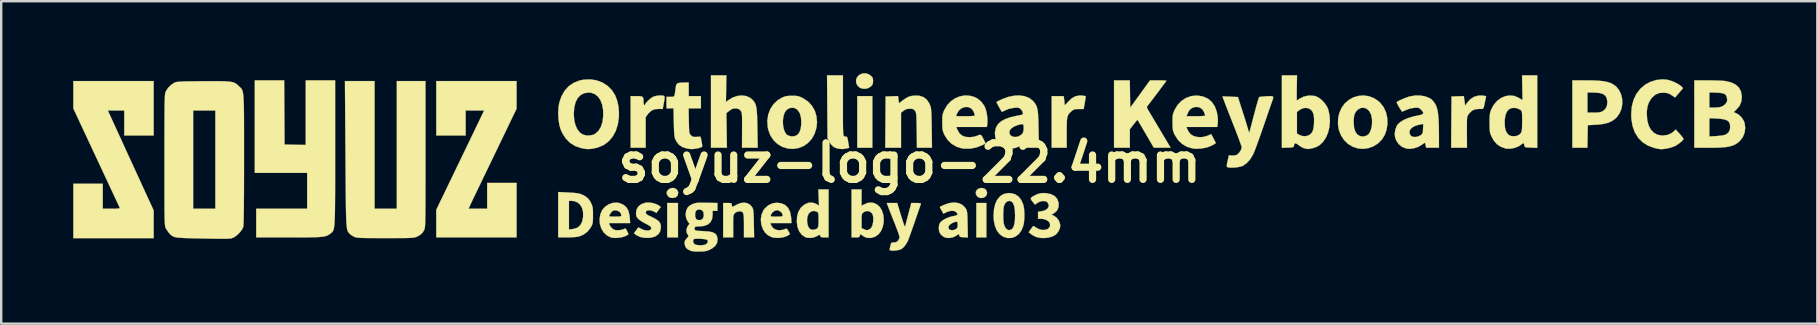
<source format=kicad_pcb>
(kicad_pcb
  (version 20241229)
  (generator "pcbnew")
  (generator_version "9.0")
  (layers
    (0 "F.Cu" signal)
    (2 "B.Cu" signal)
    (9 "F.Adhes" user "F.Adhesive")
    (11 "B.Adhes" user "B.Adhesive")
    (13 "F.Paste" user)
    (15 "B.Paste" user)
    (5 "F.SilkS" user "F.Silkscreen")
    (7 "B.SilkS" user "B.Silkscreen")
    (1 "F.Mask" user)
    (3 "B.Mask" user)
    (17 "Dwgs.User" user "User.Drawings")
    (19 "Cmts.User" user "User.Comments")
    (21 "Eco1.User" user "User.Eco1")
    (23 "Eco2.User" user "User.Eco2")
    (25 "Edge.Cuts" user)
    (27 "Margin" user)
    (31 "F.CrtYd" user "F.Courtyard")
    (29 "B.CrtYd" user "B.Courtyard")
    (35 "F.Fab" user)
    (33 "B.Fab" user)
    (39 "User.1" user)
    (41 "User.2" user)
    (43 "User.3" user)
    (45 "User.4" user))
  (footprint "soyuz-logo-22.4mm"
    (layer "F.Cu")
    (at 34.848 3.734)
    (property "Reference" "soyuz-logo-22.4mm" (at 0 0 0) (layer "F.SilkS") (effects (font (size 1.524 1.524) (thickness 0.3))))
    (attr through_hole)
    (fp_poly (pts (xy -9.652 3.108) (xy -10.1 3.108) (xy -10.1 1.673) (xy -9.652 1.673) (xy -9.652 3.108)) (stroke (width 0.01) (type solid)) (fill yes) (layer "F.SilkS"))
    (fp_poly (pts (xy -1.554 -0.628) (xy -2.181 -0.628) (xy -2.181 -2.779) (xy -1.554 -2.779) (xy -1.554 -0.628)) (stroke (width 0.01) (type solid)) (fill yes) (layer "F.SilkS"))
    (fp_poly (pts (xy 3.197 3.108) (xy 2.779 3.108) (xy 2.779 1.673) (xy 3.197 1.673) (xy 3.197 3.108)) (stroke (width 0.01) (type solid)) (fill yes) (layer "F.SilkS"))
    (fp_poly (pts (xy 3.112 1.07) (xy 3.191 1.135) (xy 3.226 1.234) (xy 3.227 1.255) (xy 3.202 1.352) (xy 3.136 1.423) (xy 3.045 1.463) (xy 2.944 1.465) (xy 2.849 1.425) (xy 2.814 1.395) (xy 2.76 1.303) (xy 2.758 1.21) (xy 2.801 1.127) (xy 2.882 1.069) (xy 2.996 1.046) (xy 2.998 1.046) (xy 3.112 1.07)) (stroke (width 0.01) (type solid)) (fill yes) (layer "F.SilkS"))
    (fp_poly (pts (xy -9.766 1.068) (xy -9.689 1.125) (xy -9.646 1.21) (xy -9.642 1.25) (xy -9.665 1.36) (xy -9.734 1.432) (xy -9.845 1.463) (xy -9.879 1.464) (xy -9.973 1.455) (xy -10.035 1.421) (xy -10.068 1.385) (xy -10.121 1.29) (xy -10.118 1.205) (xy -10.057 1.119) (xy -10.057 1.119) (xy -9.965 1.061) (xy -9.863 1.045) (xy -9.766 1.068)) (stroke (width 0.01) (type solid)) (fill yes) (layer "F.SilkS"))
    (fp_poly (pts (xy -1.697 -3.686) (xy -1.616 -3.628) (xy -1.557 -3.569) (xy -1.53 -3.506) (xy -1.524 -3.411) (xy -1.524 -3.41) (xy -1.531 -3.31) (xy -1.561 -3.241) (xy -1.612 -3.184) (xy -1.726 -3.112) (xy -1.861 -3.082) (xy -1.997 -3.096) (xy -2.079 -3.132) (xy -2.178 -3.224) (xy -2.228 -3.334) (xy -2.233 -3.45) (xy -2.194 -3.56) (xy -2.115 -3.652) (xy -1.997 -3.712) (xy -1.954 -3.723) (xy -1.818 -3.729) (xy -1.697 -3.686)) (stroke (width 0.01) (type solid)) (fill yes) (layer "F.SilkS"))
    (fp_poly (pts (xy -16.376 -2.258) (xy -16.828 -1.316) (xy -16.96 -1.043) (xy -17.109 -0.732) (xy -17.269 -0.402) (xy -17.43 -0.067) (xy -17.585 0.255) (xy -17.727 0.548) (xy -17.758 0.613) (xy -17.87 0.845) (xy -17.977 1.067) (xy -18.075 1.27) (xy -18.161 1.449) (xy -18.23 1.594) (xy -18.28 1.7) (xy -18.306 1.756) (xy -18.377 1.912) (xy -17.601 1.912) (xy -17.601 0.837) (xy -16.376 0.837) (xy -16.376 3.108) (xy -19.722 3.108) (xy -19.722 2.533) (xy -19.722 1.957) (xy -18.724 -0.112) (xy -17.727 -2.181) (xy -18.497 -2.181) (xy -18.497 -1.136) (xy -19.722 -1.136) (xy -19.722 -3.407) (xy -16.376 -3.407) (xy -16.376 -2.258)) (stroke (width 0.01) (type solid)) (fill yes) (layer "F.SilkS"))
    (fp_poly (pts (xy -2.779 -2.392) (xy -2.779 -2.085) (xy -2.779 -1.833) (xy -2.778 -1.63) (xy -2.776 -1.47) (xy -2.773 -1.348) (xy -2.769 -1.258) (xy -2.763 -1.195) (xy -2.755 -1.154) (xy -2.745 -1.129) (xy -2.733 -1.115) (xy -2.719 -1.105) (xy -2.66 -1.086) (xy -2.631 -1.09) (xy -2.608 -1.076) (xy -2.588 -1.02) (xy -2.586 -1.009) (xy -2.569 -0.918) (xy -2.55 -0.806) (xy -2.543 -0.77) (xy -2.518 -0.628) (xy -2.626 -0.598) (xy -2.807 -0.572) (xy -3.002 -0.595) (xy -3.014 -0.598) (xy -3.154 -0.654) (xy -3.266 -0.755) (xy -3.347 -0.883) (xy -3.422 -1.031) (xy -3.441 -3.646) (xy -2.779 -3.646) (xy -2.779 -2.392)) (stroke (width 0.01) (type solid)) (fill yes) (layer "F.SilkS"))
    (fp_poly (pts (xy 23.897 -2.8) (xy 23.915 -2.797) (xy 24.018 -2.778) (xy 23.977 -2.577) (xy 23.948 -2.433) (xy 23.926 -2.337) (xy 23.905 -2.28) (xy 23.876 -2.252) (xy 23.833 -2.244) (xy 23.769 -2.245) (xy 23.732 -2.247) (xy 23.564 -2.232) (xy 23.431 -2.174) (xy 23.318 -2.066) (xy 23.291 -2.028) (xy 23.266 -1.991) (xy 23.247 -1.955) (xy 23.233 -1.912) (xy 23.224 -1.853) (xy 23.219 -1.769) (xy 23.217 -1.652) (xy 23.217 -1.493) (xy 23.217 -1.284) (xy 23.217 -1.273) (xy 23.22 -0.628) (xy 22.56 -0.628) (xy 22.568 -1.696) (xy 22.576 -2.764) (xy 23.089 -2.781) (xy 23.144 -2.379) (xy 23.222 -2.497) (xy 23.354 -2.647) (xy 23.517 -2.751) (xy 23.701 -2.803) (xy 23.897 -2.8)) (stroke (width 0.01) (type solid)) (fill yes) (layer "F.SilkS"))
    (fp_poly (pts (xy -10.263 -2.798) (xy -10.228 -2.785) (xy -10.212 -2.76) (xy -10.209 -2.706) (xy -10.22 -2.612) (xy -10.239 -2.502) (xy -10.287 -2.242) (xy -10.455 -2.247) (xy -10.625 -2.232) (xy -10.761 -2.174) (xy -10.877 -2.066) (xy -10.908 -2.026) (xy -10.997 -1.904) (xy -10.997 -0.628) (xy -11.624 -0.628) (xy -11.624 -2.779) (xy -11.374 -2.779) (xy -11.242 -2.777) (xy -11.158 -2.764) (xy -11.112 -2.731) (xy -11.092 -2.668) (xy -11.087 -2.565) (xy -11.087 -2.534) (xy -11.079 -2.457) (xy -11.061 -2.409) (xy -11.056 -2.406) (xy -11.029 -2.408) (xy -11.027 -2.419) (xy -11.004 -2.468) (xy -10.947 -2.539) (xy -10.868 -2.618) (xy -10.782 -2.69) (xy -10.701 -2.744) (xy -10.683 -2.753) (xy -10.586 -2.784) (xy -10.47 -2.803) (xy -10.355 -2.808) (xy -10.263 -2.798)) (stroke (width 0.01) (type solid)) (fill yes) (layer "F.SilkS"))
    (fp_poly (pts (xy 7.172 -2.802) (xy 7.26 -2.792) (xy 7.319 -2.781) (xy 7.333 -2.776) (xy 7.333 -2.743) (xy 7.323 -2.666) (xy 7.307 -2.558) (xy 7.297 -2.503) (xy 7.251 -2.241) (xy 7.048 -2.241) (xy 6.935 -2.239) (xy 6.86 -2.226) (xy 6.801 -2.197) (xy 6.738 -2.147) (xy 6.677 -2.091) (xy 6.631 -2.039) (xy 6.596 -1.981) (xy 6.573 -1.909) (xy 6.557 -1.814) (xy 6.549 -1.688) (xy 6.545 -1.52) (xy 6.544 -1.304) (xy 6.544 -1.257) (xy 6.544 -0.628) (xy 5.917 -0.628) (xy 5.917 -2.779) (xy 6.417 -2.779) (xy 6.435 -2.667) (xy 6.448 -2.565) (xy 6.454 -2.471) (xy 6.454 -2.467) (xy 6.456 -2.424) (xy 6.467 -2.409) (xy 6.494 -2.428) (xy 6.547 -2.483) (xy 6.604 -2.547) (xy 6.752 -2.686) (xy 6.902 -2.771) (xy 7.063 -2.805) (xy 7.172 -2.802)) (stroke (width 0.01) (type solid)) (fill yes) (layer "F.SilkS"))
    (fp_poly (pts (xy -31.496 -1.136) (xy -32.721 -1.136) (xy -32.721 -2.181) (xy -33.405 -2.181) (xy -33.238 -1.815) (xy -33.196 -1.722) (xy -33.131 -1.581) (xy -33.047 -1.397) (xy -32.946 -1.177) (xy -32.831 -0.926) (xy -32.705 -0.651) (xy -32.571 -0.357) (xy -32.43 -0.051) (xy -32.286 0.262) (xy -32.284 0.267) (xy -31.496 1.983) (xy -31.496 3.138) (xy -34.843 3.138) (xy -34.843 0.867) (xy -33.618 0.867) (xy -33.618 1.912) (xy -33.256 1.912) (xy -33.097 1.911) (xy -32.991 1.906) (xy -32.931 1.897) (xy -32.909 1.883) (xy -32.909 1.875) (xy -32.924 1.843) (xy -32.962 1.76) (xy -33.022 1.632) (xy -33.1 1.463) (xy -33.197 1.257) (xy -33.308 1.018) (xy -33.433 0.75) (xy -33.57 0.458) (xy -33.715 0.146) (xy -33.869 -0.182) (xy -33.884 -0.214) (xy -34.843 -2.265) (xy -34.843 -3.407) (xy -31.496 -3.407) (xy -31.496 -1.136)) (stroke (width 0.01) (type solid)) (fill yes) (layer "F.SilkS"))
    (fp_poly (pts (xy -6.76 1.682) (xy -6.637 1.755) (xy -6.55 1.865) (xy -6.532 1.908) (xy -6.518 1.968) (xy -6.507 2.053) (xy -6.499 2.171) (xy -6.494 2.333) (xy -6.49 2.533) (xy -6.48 3.108) (xy -6.903 3.108) (xy -6.903 2.62) (xy -6.904 2.416) (xy -6.909 2.264) (xy -6.921 2.157) (xy -6.942 2.086) (xy -6.974 2.045) (xy -7.02 2.026) (xy -7.081 2.02) (xy -7.093 2.02) (xy -7.213 2.047) (xy -7.276 2.091) (xy -7.304 2.119) (xy -7.324 2.15) (xy -7.338 2.192) (xy -7.346 2.255) (xy -7.35 2.351) (xy -7.351 2.488) (xy -7.351 2.635) (xy -7.351 3.108) (xy -7.769 3.108) (xy -7.769 1.673) (xy -7.59 1.673) (xy -7.491 1.675) (xy -7.437 1.684) (xy -7.415 1.705) (xy -7.411 1.743) (xy -7.405 1.803) (xy -7.381 1.827) (xy -7.33 1.813) (xy -7.242 1.764) (xy -7.224 1.753) (xy -7.063 1.68) (xy -6.906 1.657) (xy -6.76 1.682)) (stroke (width 0.01) (type solid)) (fill yes) (layer "F.SilkS"))
    (fp_poly (pts (xy -26.05 -2.099) (xy -26.042 -0.762) (xy -25.602 -0.754) (xy -25.161 -0.745) (xy -25.161 -3.436) (xy -23.936 -3.436) (xy -23.936 -0.439) (xy -23.936 0.07) (xy -23.936 0.523) (xy -23.936 0.923) (xy -23.937 1.274) (xy -23.939 1.579) (xy -23.941 1.841) (xy -23.944 2.064) (xy -23.949 2.252) (xy -23.955 2.407) (xy -23.963 2.534) (xy -23.973 2.635) (xy -23.985 2.715) (xy -23.999 2.777) (xy -24.016 2.823) (xy -24.035 2.859) (xy -24.057 2.886) (xy -24.082 2.909) (xy -24.11 2.931) (xy -24.13 2.945) (xy -24.179 2.982) (xy -24.229 3.012) (xy -24.284 3.037) (xy -24.349 3.058) (xy -24.43 3.074) (xy -24.534 3.086) (xy -24.665 3.095) (xy -24.828 3.101) (xy -25.03 3.105) (xy -25.276 3.107) (xy -25.571 3.108) (xy -25.868 3.108) (xy -27.223 3.108) (xy -27.223 1.912) (xy -25.101 1.912) (xy -25.101 0.418) (xy -27.283 0.418) (xy -27.283 -3.436) (xy -26.058 -3.436) (xy -26.05 -2.099)) (stroke (width 0.01) (type solid)) (fill yes) (layer "F.SilkS"))
    (fp_poly (pts (xy -7.644 -3.09) (xy -7.654 -2.534) (xy -7.549 -2.614) (xy -7.37 -2.722) (xy -7.181 -2.786) (xy -6.991 -2.807) (xy -6.812 -2.783) (xy -6.655 -2.716) (xy -6.561 -2.641) (xy -6.505 -2.579) (xy -6.461 -2.518) (xy -6.426 -2.448) (xy -6.399 -2.363) (xy -6.379 -2.256) (xy -6.365 -2.119) (xy -6.355 -1.944) (xy -6.348 -1.725) (xy -6.343 -1.453) (xy -6.342 -1.442) (xy -6.329 -0.628) (xy -6.984 -0.628) (xy -6.981 -1.357) (xy -6.98 -1.586) (xy -6.98 -1.762) (xy -6.982 -1.894) (xy -6.986 -1.99) (xy -6.993 -2.057) (xy -7.004 -2.104) (xy -7.018 -2.138) (xy -7.037 -2.167) (xy -7.04 -2.172) (xy -7.097 -2.23) (xy -7.172 -2.257) (xy -7.238 -2.265) (xy -7.328 -2.264) (xy -7.402 -2.242) (xy -7.485 -2.187) (xy -7.504 -2.174) (xy -7.635 -2.073) (xy -7.623 -1.35) (xy -7.612 -0.628) (xy -8.277 -0.628) (xy -8.277 -3.646) (xy -7.956 -3.646) (xy -7.635 -3.646) (xy -7.644 -3.09)) (stroke (width 0.01) (type solid)) (fill yes) (layer "F.SilkS"))
    (fp_poly (pts (xy 0.405 -2.795) (xy 0.577 -2.739) (xy 0.714 -2.634) (xy 0.818 -2.481) (xy 0.841 -2.428) (xy 0.861 -2.373) (xy 0.877 -2.319) (xy 0.89 -2.257) (xy 0.899 -2.178) (xy 0.906 -2.076) (xy 0.911 -1.941) (xy 0.915 -1.766) (xy 0.919 -1.543) (xy 0.92 -1.442) (xy 0.931 -0.628) (xy 0.304 -0.628) (xy 0.294 -1.358) (xy 0.291 -1.586) (xy 0.287 -1.763) (xy 0.282 -1.895) (xy 0.276 -1.992) (xy 0.268 -2.059) (xy 0.256 -2.107) (xy 0.241 -2.141) (xy 0.221 -2.17) (xy 0.22 -2.172) (xy 0.173 -2.224) (xy 0.117 -2.248) (xy 0.031 -2.255) (xy 0.007 -2.255) (xy -0.11 -2.244) (xy -0.204 -2.204) (xy -0.25 -2.171) (xy -0.359 -2.089) (xy -0.359 -0.628) (xy -1.017 -0.628) (xy -1.001 -2.764) (xy -0.743 -2.773) (xy -0.484 -2.781) (xy -0.464 -2.633) (xy -0.443 -2.484) (xy -0.307 -2.588) (xy -0.17 -2.685) (xy -0.054 -2.748) (xy 0.063 -2.784) (xy 0.199 -2.802) (xy 0.405 -2.795)) (stroke (width 0.01) (type solid)) (fill yes) (layer "F.SilkS"))
    (fp_poly (pts (xy 28.187 -3.436) (xy 28.468 -3.433) (xy 28.699 -3.422) (xy 28.888 -3.403) (xy 29.043 -3.375) (xy 29.173 -3.336) (xy 29.278 -3.29) (xy 29.436 -3.178) (xy 29.557 -3.029) (xy 29.641 -2.851) (xy 29.685 -2.657) (xy 29.691 -2.454) (xy 29.656 -2.254) (xy 29.58 -2.067) (xy 29.463 -1.902) (xy 29.397 -1.839) (xy 29.262 -1.741) (xy 29.108 -1.671) (xy 28.924 -1.623) (xy 28.698 -1.594) (xy 28.597 -1.587) (xy 28.254 -1.569) (xy 28.246 -1.098) (xy 28.237 -0.628) (xy 27.611 -0.628) (xy 27.611 -2.092) (xy 28.239 -2.092) (xy 28.501 -2.092) (xy 28.655 -2.096) (xy 28.765 -2.11) (xy 28.848 -2.137) (xy 28.867 -2.147) (xy 28.981 -2.238) (xy 29.049 -2.366) (xy 29.069 -2.528) (xy 29.067 -2.563) (xy 29.042 -2.696) (xy 28.986 -2.795) (xy 28.893 -2.865) (xy 28.757 -2.907) (xy 28.572 -2.926) (xy 28.47 -2.928) (xy 28.239 -2.928) (xy 28.239 -2.092) (xy 27.611 -2.092) (xy 27.611 -3.436) (xy 28.187 -3.436)) (stroke (width 0.01) (type solid)) (fill yes) (layer "F.SilkS"))
    (fp_poly (pts (xy 9.181 -2.867) (xy 9.189 -2.297) (xy 9.602 -2.867) (xy 10.015 -3.436) (xy 10.356 -3.436) (xy 10.491 -3.435) (xy 10.601 -3.432) (xy 10.674 -3.427) (xy 10.698 -3.422) (xy 10.681 -3.396) (xy 10.634 -3.331) (xy 10.563 -3.235) (xy 10.474 -3.115) (xy 10.373 -2.981) (xy 10.267 -2.839) (xy 10.161 -2.699) (xy 10.062 -2.569) (xy 9.975 -2.456) (xy 9.908 -2.368) (xy 9.889 -2.345) (xy 9.89 -2.303) (xy 9.919 -2.231) (xy 9.948 -2.181) (xy 9.985 -2.119) (xy 10.048 -2.015) (xy 10.131 -1.876) (xy 10.23 -1.71) (xy 10.34 -1.526) (xy 10.452 -1.337) (xy 10.874 -0.628) (xy 10.174 -0.628) (xy 9.836 -1.21) (xy 9.738 -1.378) (xy 9.651 -1.526) (xy 9.579 -1.649) (xy 9.525 -1.738) (xy 9.494 -1.786) (xy 9.489 -1.793) (xy 9.468 -1.771) (xy 9.42 -1.713) (xy 9.353 -1.629) (xy 9.327 -1.595) (xy 9.174 -1.397) (xy 9.174 -0.628) (xy 8.516 -0.628) (xy 8.516 -3.436) (xy 9.173 -3.436) (xy 9.181 -2.867)) (stroke (width 0.01) (type solid)) (fill yes) (layer "F.SilkS"))
    (fp_poly (pts (xy -14.246 1.235) (xy -14.046 1.246) (xy -13.892 1.261) (xy -13.773 1.281) (xy -13.676 1.31) (xy -13.587 1.351) (xy -13.502 1.401) (xy -13.4 1.481) (xy -13.321 1.585) (xy -13.279 1.663) (xy -13.241 1.744) (xy -13.217 1.815) (xy -13.202 1.893) (xy -13.195 1.992) (xy -13.193 2.131) (xy -13.193 2.181) (xy -13.194 2.332) (xy -13.198 2.438) (xy -13.209 2.516) (xy -13.229 2.58) (xy -13.262 2.647) (xy -13.285 2.689) (xy -13.413 2.858) (xy -13.58 2.987) (xy -13.774 3.068) (xy -13.807 3.075) (xy -13.9 3.089) (xy -14.033 3.099) (xy -14.187 3.106) (xy -14.3 3.108) (xy -14.642 3.108) (xy -14.642 1.584) (xy -14.194 1.584) (xy -14.194 2.778) (xy -14.052 2.76) (xy -13.943 2.736) (xy -13.842 2.699) (xy -13.816 2.685) (xy -13.715 2.59) (xy -13.644 2.447) (xy -13.605 2.259) (xy -13.605 2.258) (xy -13.605 2.052) (xy -13.648 1.878) (xy -13.731 1.739) (xy -13.85 1.642) (xy -14.001 1.591) (xy -14.091 1.584) (xy -14.194 1.584) (xy -14.642 1.584) (xy -14.642 1.216) (xy -14.246 1.235)) (stroke (width 0.01) (type solid)) (fill yes) (layer "F.SilkS"))
    (fp_poly (pts (xy 4.216 1.262) (xy 4.388 1.307) (xy 4.534 1.403) (xy 4.65 1.547) (xy 4.731 1.735) (xy 4.742 1.772) (xy 4.77 1.937) (xy 4.782 2.135) (xy 4.777 2.341) (xy 4.756 2.529) (xy 4.734 2.628) (xy 4.657 2.819) (xy 4.545 2.968) (xy 4.408 3.073) (xy 4.251 3.129) (xy 4.082 3.133) (xy 3.908 3.082) (xy 3.884 3.07) (xy 3.743 2.966) (xy 3.631 2.815) (xy 3.552 2.621) (xy 3.506 2.391) (xy 3.497 2.218) (xy 3.901 2.218) (xy 3.905 2.368) (xy 3.915 2.493) (xy 3.923 2.544) (xy 3.968 2.671) (xy 4.035 2.758) (xy 4.116 2.802) (xy 4.202 2.797) (xy 4.271 2.751) (xy 4.329 2.665) (xy 4.367 2.539) (xy 4.388 2.365) (xy 4.392 2.196) (xy 4.383 1.969) (xy 4.355 1.797) (xy 4.308 1.676) (xy 4.239 1.606) (xy 4.15 1.584) (xy 4.055 1.612) (xy 3.977 1.688) (xy 3.927 1.803) (xy 3.923 1.821) (xy 3.91 1.923) (xy 3.903 2.062) (xy 3.901 2.218) (xy 3.497 2.218) (xy 3.496 2.206) (xy 3.514 1.938) (xy 3.567 1.71) (xy 3.654 1.527) (xy 3.772 1.389) (xy 3.919 1.299) (xy 4.095 1.26) (xy 4.216 1.262)) (stroke (width 0.01) (type solid)) (fill yes) (layer "F.SilkS"))
    (fp_poly (pts (xy -2.002 1.791) (xy -1.905 1.735) (xy -1.742 1.668) (xy -1.58 1.657) (xy -1.49 1.675) (xy -1.348 1.741) (xy -1.236 1.85) (xy -1.153 1.992) (xy -1.1 2.156) (xy -1.078 2.334) (xy -1.086 2.514) (xy -1.125 2.688) (xy -1.195 2.846) (xy -1.297 2.978) (xy -1.43 3.073) (xy -1.446 3.08) (xy -1.611 3.13) (xy -1.767 3.126) (xy -1.868 3.091) (xy -1.946 3.044) (xy -2.006 3) (xy -2.043 2.974) (xy -2.063 2.996) (xy -2.074 3.032) (xy -2.09 3.076) (xy -2.122 3.098) (xy -2.185 3.107) (xy -2.257 3.108) (xy -2.42 3.108) (xy -2.42 2.424) (xy -2.002 2.424) (xy -2.002 2.722) (xy -1.905 2.764) (xy -1.829 2.796) (xy -1.78 2.805) (xy -1.731 2.795) (xy -1.692 2.78) (xy -1.607 2.717) (xy -1.548 2.604) (xy -1.518 2.448) (xy -1.515 2.369) (xy -1.519 2.245) (xy -1.539 2.16) (xy -1.574 2.099) (xy -1.66 2.028) (xy -1.766 2.006) (xy -1.876 2.033) (xy -1.922 2.063) (xy -1.958 2.094) (xy -1.982 2.129) (xy -1.995 2.18) (xy -2.001 2.26) (xy -2.002 2.383) (xy -2.002 2.424) (xy -2.42 2.424) (xy -2.42 1.106) (xy -2.002 1.106) (xy -2.002 1.791)) (stroke (width 0.01) (type solid)) (fill yes) (layer "F.SilkS"))
    (fp_poly (pts (xy -9.204 -2.779) (xy -8.696 -2.779) (xy -8.696 -2.271) (xy -9.209 -2.271) (xy -9.199 -1.75) (xy -9.195 -1.562) (xy -9.191 -1.424) (xy -9.184 -1.327) (xy -9.175 -1.26) (xy -9.161 -1.215) (xy -9.142 -1.182) (xy -9.115 -1.152) (xy -9.114 -1.15) (xy -9.063 -1.104) (xy -9.008 -1.082) (xy -8.928 -1.078) (xy -8.876 -1.081) (xy -8.712 -1.091) (xy -8.671 -0.903) (xy -8.652 -0.799) (xy -8.643 -0.716) (xy -8.646 -0.675) (xy -8.682 -0.649) (xy -8.76 -0.622) (xy -8.853 -0.601) (xy -8.979 -0.581) (xy -9.072 -0.573) (xy -9.155 -0.577) (xy -9.255 -0.593) (xy -9.284 -0.599) (xy -9.463 -0.655) (xy -9.603 -0.748) (xy -9.713 -0.886) (xy -9.765 -0.986) (xy -9.783 -1.039) (xy -9.797 -1.116) (xy -9.808 -1.224) (xy -9.816 -1.371) (xy -9.822 -1.566) (xy -9.825 -1.681) (xy -9.837 -2.271) (xy -10.13 -2.271) (xy -10.13 -2.749) (xy -9.967 -2.749) (xy -9.897 -2.749) (xy -9.848 -2.754) (xy -9.816 -2.774) (xy -9.795 -2.818) (xy -9.779 -2.897) (xy -9.762 -3.019) (xy -9.749 -3.121) (xy -9.734 -3.216) (xy -9.708 -3.279) (xy -9.662 -3.316) (xy -9.583 -3.335) (xy -9.46 -3.342) (xy -9.391 -3.344) (xy -9.204 -3.347) (xy -9.204 -2.779)) (stroke (width 0.01) (type solid)) (fill yes) (layer "F.SilkS"))
    (fp_poly (pts (xy 19.136 -2.775) (xy 19.345 -2.695) (xy 19.539 -2.563) (xy 19.6 -2.507) (xy 19.746 -2.321) (xy 19.847 -2.103) (xy 19.901 -1.864) (xy 19.908 -1.613) (xy 19.865 -1.36) (xy 19.796 -1.168) (xy 19.677 -0.972) (xy 19.515 -0.811) (xy 19.321 -0.688) (xy 19.105 -0.61) (xy 18.877 -0.581) (xy 18.68 -0.599) (xy 18.454 -0.673) (xy 18.258 -0.794) (xy 18.095 -0.955) (xy 17.969 -1.148) (xy 17.885 -1.367) (xy 17.845 -1.605) (xy 17.847 -1.688) (xy 18.499 -1.688) (xy 18.516 -1.471) (xy 18.565 -1.303) (xy 18.647 -1.184) (xy 18.759 -1.116) (xy 18.779 -1.11) (xy 18.898 -1.096) (xy 19.016 -1.125) (xy 19.06 -1.145) (xy 19.137 -1.212) (xy 19.199 -1.325) (xy 19.242 -1.469) (xy 19.265 -1.632) (xy 19.265 -1.799) (xy 19.24 -1.958) (xy 19.222 -2.016) (xy 19.149 -2.155) (xy 19.05 -2.248) (xy 18.934 -2.294) (xy 18.811 -2.289) (xy 18.689 -2.23) (xy 18.663 -2.209) (xy 18.584 -2.12) (xy 18.533 -2.013) (xy 18.506 -1.872) (xy 18.499 -1.688) (xy 17.847 -1.688) (xy 17.853 -1.856) (xy 17.9 -2.072) (xy 17.997 -2.294) (xy 18.133 -2.479) (xy 18.301 -2.624) (xy 18.494 -2.729) (xy 18.702 -2.79) (xy 18.919 -2.806) (xy 19.136 -2.775)) (stroke (width 0.01) (type solid)) (fill yes) (layer "F.SilkS"))
    (fp_poly (pts (xy -3.377 3.108) (xy -3.541 3.108) (xy -3.631 3.104) (xy -3.691 3.095) (xy -3.706 3.085) (xy -3.721 3.043) (xy -3.733 3.021) (xy -3.759 3) (xy -3.801 3.013) (xy -3.856 3.049) (xy -3.973 3.103) (xy -4.116 3.129) (xy -4.258 3.123) (xy -4.348 3.097) (xy -4.493 2.998) (xy -4.602 2.854) (xy -4.673 2.672) (xy -4.701 2.458) (xy -4.701 2.453) (xy -4.695 2.355) (xy -4.273 2.355) (xy -4.268 2.49) (xy -4.24 2.615) (xy -4.191 2.715) (xy -4.123 2.774) (xy -4.118 2.776) (xy -4.004 2.791) (xy -3.894 2.76) (xy -3.848 2.728) (xy -3.823 2.696) (xy -3.807 2.645) (xy -3.799 2.564) (xy -3.795 2.44) (xy -3.795 2.376) (xy -3.796 2.238) (xy -3.8 2.147) (xy -3.81 2.092) (xy -3.828 2.06) (xy -3.857 2.039) (xy -3.865 2.035) (xy -3.982 2.002) (xy -4.095 2.024) (xy -4.189 2.097) (xy -4.205 2.119) (xy -4.252 2.226) (xy -4.273 2.355) (xy -4.695 2.355) (xy -4.688 2.227) (xy -4.636 2.041) (xy -4.543 1.885) (xy -4.499 1.836) (xy -4.359 1.724) (xy -4.206 1.664) (xy -4.051 1.657) (xy -3.903 1.704) (xy -3.853 1.735) (xy -3.776 1.789) (xy -3.79 1.447) (xy -3.803 1.106) (xy -3.377 1.106) (xy -3.377 3.108)) (stroke (width 0.01) (type solid)) (fill yes) (layer "F.SilkS"))
    (fp_poly (pts (xy -4.764 -2.792) (xy -4.667 -2.781) (xy -4.582 -2.757) (xy -4.486 -2.715) (xy -4.436 -2.689) (xy -4.232 -2.553) (xy -4.07 -2.378) (xy -3.951 -2.17) (xy -3.88 -1.937) (xy -3.859 -1.686) (xy -3.883 -1.459) (xy -3.958 -1.214) (xy -4.077 -1.002) (xy -4.233 -0.829) (xy -4.421 -0.698) (xy -4.634 -0.614) (xy -4.866 -0.58) (xy -5.082 -0.597) (xy -5.308 -0.666) (xy -5.507 -0.785) (xy -5.675 -0.948) (xy -5.805 -1.148) (xy -5.891 -1.381) (xy -5.914 -1.494) (xy -5.929 -1.757) (xy -5.928 -1.767) (xy -5.28 -1.767) (xy -5.277 -1.599) (xy -5.252 -1.439) (xy -5.206 -1.299) (xy -5.139 -1.193) (xy -5.075 -1.144) (xy -4.935 -1.101) (xy -4.797 -1.109) (xy -4.678 -1.165) (xy -4.669 -1.172) (xy -4.593 -1.27) (xy -4.541 -1.417) (xy -4.516 -1.603) (xy -4.514 -1.688) (xy -4.529 -1.899) (xy -4.575 -2.063) (xy -4.656 -2.189) (xy -4.71 -2.239) (xy -4.82 -2.291) (xy -4.945 -2.294) (xy -5.064 -2.251) (xy -5.144 -2.187) (xy -5.214 -2.074) (xy -5.259 -1.93) (xy -5.28 -1.767) (xy -5.928 -1.767) (xy -5.892 -2.007) (xy -5.807 -2.236) (xy -5.677 -2.437) (xy -5.505 -2.603) (xy -5.319 -2.716) (xy -5.221 -2.757) (xy -5.129 -2.781) (xy -5.018 -2.792) (xy -4.898 -2.794) (xy -4.764 -2.792)) (stroke (width 0.01) (type solid)) (fill yes) (layer "F.SilkS"))
    (fp_poly (pts (xy -5.334 1.688) (xy -5.179 1.762) (xy -5.061 1.882) (xy -4.98 2.047) (xy -4.94 2.255) (xy -4.937 2.286) (xy -4.923 2.51) (xy -5.801 2.51) (xy -5.782 2.577) (xy -5.748 2.642) (xy -5.688 2.714) (xy -5.675 2.727) (xy -5.566 2.79) (xy -5.429 2.811) (xy -5.279 2.789) (xy -5.217 2.767) (xy -5.154 2.744) (xy -5.115 2.749) (xy -5.081 2.791) (xy -5.054 2.839) (xy -5.015 2.912) (xy -4.993 2.961) (xy -4.99 2.969) (xy -5.015 2.992) (xy -5.076 3.03) (xy -5.117 3.052) (xy -5.251 3.099) (xy -5.411 3.125) (xy -5.574 3.128) (xy -5.714 3.107) (xy -5.741 3.098) (xy -5.906 3.015) (xy -6.03 2.898) (xy -6.114 2.76) (xy -6.182 2.563) (xy -6.2 2.36) (xy -6.177 2.206) (xy -5.789 2.206) (xy -5.779 2.226) (xy -5.742 2.237) (xy -5.667 2.241) (xy -5.545 2.241) (xy -5.421 2.24) (xy -5.345 2.235) (xy -5.306 2.223) (xy -5.291 2.202) (xy -5.289 2.18) (xy -5.315 2.102) (xy -5.381 2.031) (xy -5.467 1.983) (xy -5.525 1.972) (xy -5.623 1.998) (xy -5.714 2.065) (xy -5.775 2.154) (xy -5.782 2.174) (xy -5.789 2.206) (xy -6.177 2.206) (xy -6.171 2.162) (xy -6.095 1.984) (xy -6.028 1.893) (xy -5.877 1.761) (xy -5.702 1.684) (xy -5.524 1.663) (xy -5.334 1.688)) (stroke (width 0.01) (type solid)) (fill yes) (layer "F.SilkS"))
    (fp_poly (pts (xy -10.678 1.682) (xy -10.537 1.729) (xy -10.436 1.786) (xy -10.368 1.839) (xy -10.459 1.964) (xy -10.551 2.088) (xy -10.653 2.028) (xy -10.79 1.98) (xy -10.868 1.978) (xy -10.945 1.99) (xy -10.98 2.019) (xy -10.991 2.062) (xy -10.989 2.099) (xy -10.97 2.131) (xy -10.924 2.166) (xy -10.84 2.211) (xy -10.73 2.264) (xy -10.573 2.345) (xy -10.466 2.421) (xy -10.401 2.501) (xy -10.37 2.596) (xy -10.364 2.692) (xy -10.391 2.849) (xy -10.468 2.972) (xy -10.591 3.062) (xy -10.759 3.114) (xy -10.873 3.127) (xy -11.042 3.124) (xy -11.188 3.098) (xy -11.206 3.093) (xy -11.305 3.053) (xy -11.392 3.006) (xy -11.413 2.991) (xy -11.486 2.934) (xy -11.401 2.819) (xy -11.349 2.75) (xy -11.314 2.703) (xy -11.306 2.693) (xy -11.278 2.699) (xy -11.227 2.728) (xy -11.116 2.784) (xy -11.002 2.815) (xy -10.899 2.821) (xy -10.817 2.802) (xy -10.769 2.759) (xy -10.763 2.712) (xy -10.784 2.667) (xy -10.842 2.619) (xy -10.944 2.562) (xy -10.99 2.539) (xy -11.108 2.475) (xy -11.219 2.404) (xy -11.298 2.342) (xy -11.304 2.337) (xy -11.365 2.265) (xy -11.393 2.195) (xy -11.4 2.097) (xy -11.4 2.093) (xy -11.374 1.938) (xy -11.297 1.812) (xy -11.173 1.719) (xy -11.008 1.663) (xy -10.961 1.655) (xy -10.828 1.655) (xy -10.678 1.682)) (stroke (width 0.01) (type solid)) (fill yes) (layer "F.SilkS"))
    (fp_poly (pts (xy -12.1 1.674) (xy -11.933 1.741) (xy -11.808 1.844) (xy -11.723 1.987) (xy -11.673 2.175) (xy -11.66 2.293) (xy -11.646 2.51) (xy -12.525 2.51) (xy -12.505 2.577) (xy -12.471 2.642) (xy -12.412 2.714) (xy -12.398 2.727) (xy -12.329 2.78) (xy -12.252 2.804) (xy -12.16 2.809) (xy -12.052 2.8) (xy -11.953 2.777) (xy -11.922 2.764) (xy -11.867 2.738) (xy -11.833 2.743) (xy -11.802 2.785) (xy -11.774 2.837) (xy -11.738 2.912) (xy -11.716 2.962) (xy -11.714 2.971) (xy -11.738 2.993) (xy -11.799 3.03) (xy -11.841 3.052) (xy -11.961 3.094) (xy -12.111 3.121) (xy -12.265 3.13) (xy -12.4 3.119) (xy -12.442 3.109) (xy -12.612 3.025) (xy -12.749 2.897) (xy -12.847 2.735) (xy -12.905 2.546) (xy -12.917 2.339) (xy -12.898 2.225) (xy -12.521 2.225) (xy -12.493 2.232) (xy -12.419 2.238) (xy -12.314 2.241) (xy -12.267 2.241) (xy -12.143 2.24) (xy -12.068 2.235) (xy -12.029 2.223) (xy -12.014 2.202) (xy -12.013 2.18) (xy -12.039 2.093) (xy -12.108 2.025) (xy -12.202 1.985) (xy -12.304 1.98) (xy -12.373 2.003) (xy -12.42 2.046) (xy -12.472 2.116) (xy -12.51 2.186) (xy -12.521 2.225) (xy -12.898 2.225) (xy -12.882 2.129) (xy -12.809 1.967) (xy -12.692 1.832) (xy -12.543 1.731) (xy -12.375 1.67) (xy -12.2 1.657) (xy -12.1 1.674)) (stroke (width 0.01) (type solid)) (fill yes) (layer "F.SilkS"))
    (fp_poly (pts (xy -13.038 -3.435) (xy -12.796 -3.344) (xy -12.582 -3.205) (xy -12.401 -3.022) (xy -12.272 -2.819) (xy -12.192 -2.615) (xy -12.137 -2.377) (xy -12.111 -2.123) (xy -12.113 -1.906) (xy -12.158 -1.596) (xy -12.247 -1.322) (xy -12.377 -1.086) (xy -12.545 -0.892) (xy -12.75 -0.742) (xy -12.989 -0.639) (xy -13.169 -0.597) (xy -13.3 -0.578) (xy -13.405 -0.572) (xy -13.509 -0.581) (xy -13.637 -0.604) (xy -13.683 -0.614) (xy -13.929 -0.696) (xy -14.143 -0.829) (xy -14.325 -1.011) (xy -14.472 -1.24) (xy -14.536 -1.381) (xy -14.593 -1.576) (xy -14.629 -1.807) (xy -14.641 -2.017) (xy -13.993 -2.017) (xy -13.974 -1.777) (xy -13.922 -1.566) (xy -13.841 -1.39) (xy -13.733 -1.257) (xy -13.613 -1.178) (xy -13.477 -1.142) (xy -13.325 -1.14) (xy -13.184 -1.169) (xy -13.119 -1.199) (xy -12.973 -1.323) (xy -12.866 -1.492) (xy -12.797 -1.707) (xy -12.767 -1.939) (xy -12.77 -2.197) (xy -12.81 -2.423) (xy -12.883 -2.613) (xy -12.987 -2.762) (xy -13.119 -2.866) (xy -13.277 -2.921) (xy -13.37 -2.928) (xy -13.553 -2.903) (xy -13.706 -2.826) (xy -13.828 -2.701) (xy -13.917 -2.529) (xy -13.972 -2.311) (xy -13.993 -2.051) (xy -13.993 -2.017) (xy -14.641 -2.017) (xy -14.642 -2.053) (xy -14.632 -2.293) (xy -14.601 -2.488) (xy -14.51 -2.763) (xy -14.379 -2.997) (xy -14.209 -3.187) (xy -14.002 -3.331) (xy -13.76 -3.428) (xy -13.582 -3.465) (xy -13.302 -3.477) (xy -13.038 -3.435)) (stroke (width 0.01) (type solid)) (fill yes) (layer "F.SilkS"))
    (fp_poly (pts (xy -22.292 1.912) (xy -21.366 1.912) (xy -21.366 -3.407) (xy -20.171 -3.407) (xy -20.171 -0.357) (xy -20.171 0.137) (xy -20.171 0.575) (xy -20.171 0.96) (xy -20.172 1.297) (xy -20.172 1.587) (xy -20.174 1.836) (xy -20.175 2.046) (xy -20.177 2.221) (xy -20.18 2.365) (xy -20.183 2.481) (xy -20.187 2.572) (xy -20.192 2.642) (xy -20.198 2.696) (xy -20.204 2.735) (xy -20.211 2.764) (xy -20.22 2.787) (xy -20.227 2.803) (xy -20.293 2.91) (xy -20.374 2.989) (xy -20.489 3.057) (xy -20.53 3.076) (xy -20.566 3.091) (xy -20.605 3.103) (xy -20.652 3.113) (xy -20.715 3.121) (xy -20.798 3.127) (xy -20.909 3.131) (xy -21.053 3.134) (xy -21.236 3.135) (xy -21.465 3.136) (xy -21.745 3.136) (xy -21.844 3.136) (xy -22.143 3.136) (xy -22.389 3.135) (xy -22.587 3.134) (xy -22.743 3.131) (xy -22.864 3.128) (xy -22.955 3.122) (xy -23.023 3.115) (xy -23.074 3.106) (xy -23.113 3.094) (xy -23.144 3.081) (xy -23.236 3.029) (xy -23.316 2.968) (xy -23.329 2.954) (xy -23.354 2.928) (xy -23.375 2.904) (xy -23.394 2.878) (xy -23.411 2.846) (xy -23.426 2.805) (xy -23.438 2.752) (xy -23.449 2.683) (xy -23.458 2.594) (xy -23.466 2.483) (xy -23.473 2.344) (xy -23.478 2.176) (xy -23.483 1.974) (xy -23.487 1.735) (xy -23.49 1.456) (xy -23.494 1.132) (xy -23.497 0.761) (xy -23.5 0.338) (xy -23.503 -0.139) (xy -23.505 -0.367) (xy -23.527 -3.407) (xy -22.292 -3.407) (xy -22.292 1.912)) (stroke (width 0.01) (type solid)) (fill yes) (layer "F.SilkS"))
    (fp_poly (pts (xy -0.48 1.8) (xy -0.457 1.877) (xy -0.421 1.995) (xy -0.376 2.14) (xy -0.327 2.295) (xy -0.321 2.316) (xy -0.272 2.47) (xy -0.237 2.573) (xy -0.213 2.631) (xy -0.197 2.652) (xy -0.185 2.641) (xy -0.175 2.605) (xy -0.174 2.6) (xy -0.157 2.533) (xy -0.129 2.422) (xy -0.092 2.281) (xy -0.051 2.125) (xy -0.04 2.084) (xy 0.069 1.673) (xy 0.277 1.673) (xy 0.391 1.676) (xy 0.453 1.686) (xy 0.472 1.705) (xy 0.47 1.711) (xy 0.457 1.748) (xy 0.427 1.834) (xy 0.383 1.961) (xy 0.328 2.119) (xy 0.265 2.303) (xy 0.209 2.465) (xy 0.139 2.666) (xy 0.073 2.852) (xy 0.015 3.016) (xy -0.033 3.146) (xy -0.067 3.236) (xy -0.082 3.272) (xy -0.163 3.408) (xy -0.255 3.521) (xy -0.346 3.593) (xy -0.353 3.597) (xy -0.452 3.631) (xy -0.579 3.653) (xy -0.703 3.661) (xy -0.769 3.655) (xy -0.822 3.64) (xy -0.837 3.63) (xy -0.831 3.597) (xy -0.816 3.524) (xy -0.804 3.468) (xy -0.783 3.38) (xy -0.76 3.335) (xy -0.72 3.319) (xy -0.657 3.317) (xy -0.563 3.304) (xy -0.497 3.258) (xy -0.48 3.238) (xy -0.437 3.164) (xy -0.418 3.096) (xy -0.418 3.095) (xy -0.429 3.048) (xy -0.459 2.955) (xy -0.504 2.828) (xy -0.562 2.676) (xy -0.615 2.54) (xy -0.686 2.364) (xy -0.754 2.193) (xy -0.814 2.039) (xy -0.861 1.918) (xy -0.883 1.861) (xy -0.954 1.673) (xy -0.517 1.673) (xy -0.48 1.8)) (stroke (width 0.01) (type solid)) (fill yes) (layer "F.SilkS"))
    (fp_poly (pts (xy 5.693 1.264) (xy 5.891 1.305) (xy 6.042 1.383) (xy 6.145 1.497) (xy 6.201 1.648) (xy 6.209 1.702) (xy 6.199 1.862) (xy 6.137 1.993) (xy 6.025 2.094) (xy 6.017 2.098) (xy 5.911 2.161) (xy 5.996 2.197) (xy 6.124 2.283) (xy 6.218 2.409) (xy 6.269 2.561) (xy 6.275 2.639) (xy 6.252 2.748) (xy 6.193 2.866) (xy 6.11 2.97) (xy 6.086 2.992) (xy 5.962 3.063) (xy 5.801 3.111) (xy 5.621 3.134) (xy 5.441 3.128) (xy 5.28 3.092) (xy 5.277 3.091) (xy 5.172 3.042) (xy 5.07 2.979) (xy 5.06 2.971) (xy 4.96 2.895) (xy 5.051 2.762) (xy 5.104 2.689) (xy 5.142 2.641) (xy 5.155 2.63) (xy 5.185 2.645) (xy 5.246 2.683) (xy 5.276 2.704) (xy 5.403 2.768) (xy 5.531 2.797) (xy 5.649 2.792) (xy 5.749 2.757) (xy 5.82 2.696) (xy 5.852 2.612) (xy 5.84 2.516) (xy 5.783 2.436) (xy 5.683 2.374) (xy 5.556 2.337) (xy 5.476 2.331) (xy 5.349 2.331) (xy 5.349 2.038) (xy 5.503 2.016) (xy 5.636 1.98) (xy 5.733 1.917) (xy 5.787 1.836) (xy 5.795 1.747) (xy 5.75 1.658) (xy 5.734 1.64) (xy 5.651 1.597) (xy 5.541 1.59) (xy 5.42 1.619) (xy 5.319 1.674) (xy 5.223 1.742) (xy 5.151 1.655) (xy 5.078 1.564) (xy 5.046 1.504) (xy 5.055 1.46) (xy 5.107 1.417) (xy 5.177 1.376) (xy 5.332 1.3) (xy 5.474 1.263) (xy 5.632 1.259) (xy 5.693 1.264)) (stroke (width 0.01) (type solid)) (fill yes) (layer "F.SilkS"))
    (fp_poly (pts (xy 31.551 -3.465) (xy 31.686 -3.431) (xy 31.836 -3.374) (xy 31.979 -3.304) (xy 32.098 -3.23) (xy 32.156 -3.18) (xy 32.221 -3.11) (xy 32.062 -2.922) (xy 31.988 -2.835) (xy 31.93 -2.767) (xy 31.899 -2.729) (xy 31.897 -2.725) (xy 31.871 -2.736) (xy 31.812 -2.773) (xy 31.753 -2.813) (xy 31.653 -2.874) (xy 31.557 -2.907) (xy 31.434 -2.922) (xy 31.428 -2.922) (xy 31.238 -2.91) (xy 31.076 -2.846) (xy 30.939 -2.729) (xy 30.876 -2.648) (xy 30.793 -2.502) (xy 30.741 -2.351) (xy 30.716 -2.174) (xy 30.712 -2.031) (xy 30.731 -1.776) (xy 30.787 -1.56) (xy 30.879 -1.385) (xy 31.004 -1.253) (xy 31.16 -1.17) (xy 31.345 -1.136) (xy 31.372 -1.136) (xy 31.571 -1.162) (xy 31.744 -1.238) (xy 31.834 -1.309) (xy 31.918 -1.39) (xy 32.08 -1.21) (xy 32.155 -1.122) (xy 32.212 -1.048) (xy 32.24 -1.002) (xy 32.242 -0.996) (xy 32.219 -0.953) (xy 32.159 -0.891) (xy 32.074 -0.82) (xy 31.978 -0.752) (xy 31.884 -0.698) (xy 31.872 -0.692) (xy 31.743 -0.644) (xy 31.585 -0.604) (xy 31.425 -0.577) (xy 31.304 -0.569) (xy 31.226 -0.578) (xy 31.117 -0.598) (xy 31.018 -0.622) (xy 30.758 -0.718) (xy 30.537 -0.858) (xy 30.356 -1.041) (xy 30.217 -1.264) (xy 30.121 -1.525) (xy 30.07 -1.822) (xy 30.062 -2.017) (xy 30.086 -2.336) (xy 30.159 -2.622) (xy 30.279 -2.874) (xy 30.447 -3.09) (xy 30.65 -3.261) (xy 30.866 -3.376) (xy 31.108 -3.45) (xy 31.359 -3.478) (xy 31.551 -3.465)) (stroke (width 0.01) (type solid)) (fill yes) (layer "F.SilkS"))
    (fp_poly (pts (xy 16.13 -3.123) (xy 16.128 -2.953) (xy 16.127 -2.807) (xy 16.128 -2.693) (xy 16.129 -2.621) (xy 16.132 -2.6) (xy 16.161 -2.615) (xy 16.217 -2.653) (xy 16.227 -2.66) (xy 16.413 -2.757) (xy 16.619 -2.803) (xy 16.832 -2.794) (xy 16.925 -2.773) (xy 17.047 -2.713) (xy 17.174 -2.612) (xy 17.292 -2.485) (xy 17.386 -2.347) (xy 17.434 -2.241) (xy 17.492 -1.995) (xy 17.51 -1.745) (xy 17.49 -1.5) (xy 17.435 -1.268) (xy 17.347 -1.058) (xy 17.229 -0.879) (xy 17.084 -0.74) (xy 16.951 -0.664) (xy 16.838 -0.624) (xy 16.72 -0.594) (xy 16.615 -0.578) (xy 16.545 -0.58) (xy 16.54 -0.582) (xy 16.49 -0.596) (xy 16.43 -0.61) (xy 16.362 -0.638) (xy 16.272 -0.691) (xy 16.21 -0.735) (xy 16.12 -0.797) (xy 16.063 -0.815) (xy 16.029 -0.788) (xy 16.012 -0.717) (xy 16.004 -0.68) (xy 15.983 -0.658) (xy 15.938 -0.645) (xy 15.855 -0.638) (xy 15.755 -0.634) (xy 15.509 -0.625) (xy 15.509 -2.119) (xy 16.136 -2.119) (xy 16.136 -1.224) (xy 16.234 -1.165) (xy 16.361 -1.117) (xy 16.501 -1.11) (xy 16.628 -1.146) (xy 16.643 -1.155) (xy 16.728 -1.221) (xy 16.788 -1.311) (xy 16.825 -1.435) (xy 16.845 -1.603) (xy 16.848 -1.663) (xy 16.85 -1.855) (xy 16.833 -2.001) (xy 16.795 -2.111) (xy 16.733 -2.198) (xy 16.716 -2.214) (xy 16.611 -2.274) (xy 16.484 -2.29) (xy 16.352 -2.261) (xy 16.246 -2.202) (xy 16.136 -2.119) (xy 15.509 -2.119) (xy 15.509 -3.646) (xy 16.139 -3.646) (xy 16.13 -3.123)) (stroke (width 0.01) (type solid)) (fill yes) (layer "F.SilkS"))
    (fp_poly (pts (xy 2.046 1.679) (xy 2.199 1.754) (xy 2.319 1.874) (xy 2.344 1.913) (xy 2.366 1.956) (xy 2.383 2.006) (xy 2.395 2.072) (xy 2.403 2.164) (xy 2.409 2.292) (xy 2.413 2.465) (xy 2.415 2.564) (xy 2.425 3.111) (xy 2.251 3.102) (xy 2.152 3.094) (xy 2.098 3.08) (xy 2.074 3.053) (xy 2.067 3.026) (xy 2.058 2.96) (xy 1.939 3.039) (xy 1.798 3.105) (xy 1.648 3.133) (xy 1.505 3.119) (xy 1.414 3.081) (xy 1.333 3.017) (xy 1.268 2.945) (xy 1.266 2.941) (xy 1.225 2.835) (xy 1.214 2.704) (xy 1.22 2.661) (xy 1.616 2.661) (xy 1.626 2.738) (xy 1.645 2.766) (xy 1.709 2.801) (xy 1.8 2.805) (xy 1.896 2.779) (xy 1.928 2.761) (xy 1.977 2.716) (xy 1.999 2.652) (xy 2.002 2.581) (xy 1.995 2.498) (xy 1.968 2.457) (xy 1.914 2.454) (xy 1.822 2.488) (xy 1.762 2.518) (xy 1.663 2.586) (xy 1.616 2.661) (xy 1.22 2.661) (xy 1.232 2.577) (xy 1.273 2.488) (xy 1.354 2.411) (xy 1.475 2.336) (xy 1.62 2.272) (xy 1.768 2.228) (xy 1.82 2.219) (xy 1.929 2.197) (xy 1.984 2.167) (xy 1.988 2.123) (xy 1.949 2.063) (xy 1.871 2.011) (xy 1.76 1.996) (xy 1.631 2.018) (xy 1.529 2.059) (xy 1.409 2.12) (xy 1.33 1.984) (xy 1.287 1.907) (xy 1.262 1.853) (xy 1.26 1.839) (xy 1.316 1.805) (xy 1.41 1.762) (xy 1.52 1.719) (xy 1.627 1.685) (xy 1.667 1.674) (xy 1.866 1.652) (xy 2.046 1.679)) (stroke (width 0.01) (type solid)) (fill yes) (layer "F.SilkS"))
    (fp_poly (pts (xy 2.472 -2.802) (xy 2.661 -2.758) (xy 2.836 -2.673) (xy 2.988 -2.545) (xy 3.11 -2.374) (xy 3.151 -2.288) (xy 3.193 -2.15) (xy 3.225 -1.981) (xy 3.242 -1.809) (xy 3.241 -1.659) (xy 3.238 -1.63) (xy 3.219 -1.494) (xy 1.942 -1.494) (xy 1.988 -1.383) (xy 2.072 -1.235) (xy 2.183 -1.136) (xy 2.328 -1.081) (xy 2.497 -1.067) (xy 2.684 -1.087) (xy 2.817 -1.129) (xy 2.892 -1.161) (xy 2.943 -1.17) (xy 2.983 -1.149) (xy 3.024 -1.092) (xy 3.077 -0.989) (xy 3.089 -0.964) (xy 3.168 -0.808) (xy 3.025 -0.736) (xy 2.776 -0.639) (xy 2.513 -0.589) (xy 2.255 -0.591) (xy 2.188 -0.6) (xy 1.958 -0.669) (xy 1.754 -0.789) (xy 1.583 -0.954) (xy 1.453 -1.158) (xy 1.446 -1.173) (xy 1.407 -1.262) (xy 1.382 -1.34) (xy 1.368 -1.424) (xy 1.361 -1.532) (xy 1.36 -1.681) (xy 1.36 -1.688) (xy 1.361 -1.84) (xy 1.367 -1.942) (xy 1.938 -1.942) (xy 2.329 -1.942) (xy 2.491 -1.944) (xy 2.615 -1.951) (xy 2.693 -1.96) (xy 2.719 -1.972) (xy 2.709 -2.015) (xy 2.683 -2.091) (xy 2.67 -2.125) (xy 2.599 -2.236) (xy 2.5 -2.303) (xy 2.384 -2.329) (xy 2.262 -2.315) (xy 2.146 -2.262) (xy 2.046 -2.174) (xy 1.972 -2.05) (xy 1.958 -2.01) (xy 1.938 -1.942) (xy 1.367 -1.942) (xy 1.367 -1.949) (xy 1.381 -2.033) (xy 1.406 -2.111) (xy 1.444 -2.199) (xy 1.446 -2.203) (xy 1.565 -2.403) (xy 1.715 -2.564) (xy 1.889 -2.685) (xy 2.078 -2.765) (xy 2.275 -2.804) (xy 2.472 -2.802)) (stroke (width 0.01) (type solid)) (fill yes) (layer "F.SilkS"))
    (fp_poly (pts (xy 26.147 -0.625) (xy 25.886 -0.634) (xy 25.759 -0.639) (xy 25.681 -0.648) (xy 25.638 -0.662) (xy 25.62 -0.685) (xy 25.615 -0.702) (xy 25.598 -0.788) (xy 25.576 -0.822) (xy 25.541 -0.809) (xy 25.511 -0.783) (xy 25.376 -0.689) (xy 25.208 -0.622) (xy 25.029 -0.588) (xy 24.862 -0.591) (xy 24.824 -0.599) (xy 24.627 -0.669) (xy 24.468 -0.776) (xy 24.337 -0.928) (xy 24.239 -1.106) (xy 24.207 -1.18) (xy 24.185 -1.249) (xy 24.172 -1.328) (xy 24.165 -1.43) (xy 24.162 -1.571) (xy 24.161 -1.658) (xy 24.161 -1.673) (xy 24.79 -1.673) (xy 24.802 -1.478) (xy 24.839 -1.33) (xy 24.903 -1.218) (xy 24.962 -1.159) (xy 25.049 -1.12) (xy 25.163 -1.107) (xy 25.28 -1.119) (xy 25.371 -1.157) (xy 25.427 -1.198) (xy 25.466 -1.24) (xy 25.492 -1.294) (xy 25.508 -1.37) (xy 25.515 -1.479) (xy 25.518 -1.631) (xy 25.519 -1.724) (xy 25.519 -1.89) (xy 25.517 -2.008) (xy 25.511 -2.087) (xy 25.501 -2.137) (xy 25.484 -2.17) (xy 25.458 -2.196) (xy 25.443 -2.208) (xy 25.363 -2.251) (xy 25.261 -2.283) (xy 25.237 -2.287) (xy 25.089 -2.285) (xy 24.97 -2.232) (xy 24.88 -2.128) (xy 24.82 -1.975) (xy 24.792 -1.774) (xy 24.79 -1.673) (xy 24.161 -1.673) (xy 24.162 -1.828) (xy 24.167 -1.952) (xy 24.177 -2.046) (xy 24.196 -2.125) (xy 24.223 -2.203) (xy 24.228 -2.216) (xy 24.335 -2.416) (xy 24.474 -2.579) (xy 24.637 -2.701) (xy 24.817 -2.778) (xy 25.005 -2.807) (xy 25.194 -2.786) (xy 25.375 -2.71) (xy 25.39 -2.701) (xy 25.534 -2.611) (xy 25.516 -3.646) (xy 26.147 -3.646) (xy 26.147 -0.625)) (stroke (width 0.01) (type solid)) (fill yes) (layer "F.SilkS"))
    (fp_poly (pts (xy 33.252 -3.436) (xy 33.444 -3.434) (xy 33.63 -3.43) (xy 33.796 -3.423) (xy 33.928 -3.414) (xy 34.002 -3.405) (xy 34.235 -3.347) (xy 34.417 -3.257) (xy 34.55 -3.134) (xy 34.634 -2.977) (xy 34.67 -2.786) (xy 34.671 -2.734) (xy 34.647 -2.536) (xy 34.572 -2.366) (xy 34.442 -2.218) (xy 34.438 -2.214) (xy 34.377 -2.157) (xy 34.342 -2.119) (xy 34.339 -2.11) (xy 34.371 -2.095) (xy 34.436 -2.068) (xy 34.447 -2.064) (xy 34.558 -1.994) (xy 34.665 -1.886) (xy 34.748 -1.76) (xy 34.785 -1.668) (xy 34.813 -1.458) (xy 34.786 -1.254) (xy 34.709 -1.066) (xy 34.584 -0.905) (xy 34.476 -0.817) (xy 34.376 -0.758) (xy 34.267 -0.712) (xy 34.138 -0.678) (xy 33.983 -0.653) (xy 33.793 -0.638) (xy 33.559 -0.63) (xy 33.305 -0.628) (xy 32.691 -0.628) (xy 32.691 -1.097) (xy 33.319 -1.097) (xy 33.617 -1.115) (xy 33.771 -1.129) (xy 33.9 -1.149) (xy 33.988 -1.172) (xy 34.003 -1.179) (xy 34.112 -1.261) (xy 34.171 -1.373) (xy 34.185 -1.488) (xy 34.175 -1.607) (xy 34.138 -1.697) (xy 34.068 -1.761) (xy 33.958 -1.805) (xy 33.802 -1.832) (xy 33.627 -1.846) (xy 33.319 -1.861) (xy 33.319 -1.097) (xy 32.691 -1.097) (xy 32.691 -2.301) (xy 33.319 -2.301) (xy 33.506 -2.301) (xy 33.627 -2.306) (xy 33.742 -2.319) (xy 33.802 -2.332) (xy 33.896 -2.376) (xy 33.982 -2.445) (xy 33.992 -2.457) (xy 34.045 -2.534) (xy 34.061 -2.609) (xy 34.056 -2.67) (xy 34.035 -2.768) (xy 33.995 -2.837) (xy 33.927 -2.882) (xy 33.821 -2.908) (xy 33.668 -2.922) (xy 33.617 -2.924) (xy 33.319 -2.934) (xy 33.319 -2.301) (xy 32.691 -2.301) (xy 32.691 -3.436) (xy 33.252 -3.436)) (stroke (width 0.01) (type solid)) (fill yes) (layer "F.SilkS"))
    (fp_poly (pts (xy 12 -2.802) (xy 12.231 -2.762) (xy 12.427 -2.674) (xy 12.587 -2.54) (xy 12.71 -2.36) (xy 12.794 -2.135) (xy 12.834 -1.921) (xy 12.842 -1.798) (xy 12.841 -1.679) (xy 12.835 -1.615) (xy 12.814 -1.494) (xy 11.534 -1.494) (xy 11.579 -1.382) (xy 11.633 -1.285) (xy 11.704 -1.198) (xy 11.711 -1.191) (xy 11.834 -1.115) (xy 11.991 -1.075) (xy 12.164 -1.07) (xy 12.339 -1.102) (xy 12.463 -1.152) (xy 12.527 -1.181) (xy 12.563 -1.191) (xy 12.565 -1.19) (xy 12.581 -1.162) (xy 12.616 -1.098) (xy 12.66 -1.015) (xy 12.704 -0.93) (xy 12.739 -0.862) (xy 12.754 -0.831) (xy 12.736 -0.806) (xy 12.676 -0.768) (xy 12.59 -0.723) (xy 12.491 -0.679) (xy 12.395 -0.644) (xy 12.356 -0.633) (xy 12.139 -0.594) (xy 11.925 -0.585) (xy 11.793 -0.598) (xy 11.557 -0.668) (xy 11.35 -0.789) (xy 11.177 -0.958) (xy 11.041 -1.17) (xy 11.031 -1.192) (xy 10.995 -1.274) (xy 10.972 -1.35) (xy 10.959 -1.436) (xy 10.953 -1.55) (xy 10.952 -1.688) (xy 10.953 -1.84) (xy 10.959 -1.942) (xy 11.534 -1.942) (xy 11.923 -1.942) (xy 12.084 -1.945) (xy 12.208 -1.951) (xy 12.286 -1.96) (xy 12.312 -1.972) (xy 12.301 -2.016) (xy 12.275 -2.091) (xy 12.263 -2.122) (xy 12.189 -2.236) (xy 12.081 -2.308) (xy 11.952 -2.332) (xy 11.816 -2.305) (xy 11.777 -2.288) (xy 11.696 -2.236) (xy 11.638 -2.17) (xy 11.587 -2.069) (xy 11.58 -2.052) (xy 11.534 -1.942) (xy 10.959 -1.942) (xy 10.959 -1.949) (xy 10.973 -2.033) (xy 10.998 -2.111) (xy 11.036 -2.199) (xy 11.038 -2.203) (xy 11.165 -2.414) (xy 11.329 -2.584) (xy 11.524 -2.709) (xy 11.741 -2.783) (xy 11.975 -2.803) (xy 12 -2.802)) (stroke (width 0.01) (type solid)) (fill yes) (layer "F.SilkS"))
    (fp_poly (pts (xy 15.095 -2.775) (xy 15.14 -2.756) (xy 15.148 -2.713) (xy 15.129 -2.64) (xy 15.103 -2.566) (xy 15.082 -2.507) (xy 15.044 -2.398) (xy 14.992 -2.249) (xy 14.929 -2.067) (xy 14.858 -1.859) (xy 14.78 -1.633) (xy 14.728 -1.483) (xy 14.646 -1.247) (xy 14.566 -1.021) (xy 14.491 -0.814) (xy 14.424 -0.633) (xy 14.368 -0.487) (xy 14.326 -0.385) (xy 14.309 -0.348) (xy 14.188 -0.148) (xy 14.043 0.012) (xy 13.885 0.124) (xy 13.884 0.125) (xy 13.787 0.158) (xy 13.653 0.184) (xy 13.505 0.199) (xy 13.368 0.201) (xy 13.275 0.19) (xy 13.237 0.178) (xy 13.217 0.155) (xy 13.213 0.11) (xy 13.224 0.031) (xy 13.251 -0.094) (xy 13.254 -0.108) (xy 13.301 -0.314) (xy 13.434 -0.303) (xy 13.573 -0.312) (xy 13.643 -0.342) (xy 13.722 -0.414) (xy 13.789 -0.51) (xy 13.83 -0.607) (xy 13.835 -0.647) (xy 13.825 -0.689) (xy 13.794 -0.78) (xy 13.746 -0.913) (xy 13.684 -1.081) (xy 13.609 -1.278) (xy 13.524 -1.498) (xy 13.431 -1.733) (xy 13.431 -1.734) (xy 13.339 -1.967) (xy 13.255 -2.181) (xy 13.181 -2.371) (xy 13.12 -2.531) (xy 13.074 -2.654) (xy 13.044 -2.734) (xy 13.035 -2.765) (xy 13.035 -2.765) (xy 13.066 -2.767) (xy 13.145 -2.766) (xy 13.258 -2.762) (xy 13.361 -2.757) (xy 13.678 -2.741) (xy 13.875 -2.125) (xy 13.936 -1.935) (xy 13.992 -1.756) (xy 14.04 -1.598) (xy 14.078 -1.474) (xy 14.102 -1.393) (xy 14.105 -1.379) (xy 14.127 -1.304) (xy 14.144 -1.263) (xy 14.149 -1.26) (xy 14.16 -1.291) (xy 14.182 -1.37) (xy 14.213 -1.485) (xy 14.25 -1.627) (xy 14.266 -1.689) (xy 14.326 -1.922) (xy 14.384 -2.14) (xy 14.437 -2.334) (xy 14.484 -2.499) (xy 14.522 -2.626) (xy 14.549 -2.709) (xy 14.563 -2.74) (xy 14.599 -2.749) (xy 14.68 -2.759) (xy 14.793 -2.768) (xy 14.866 -2.772) (xy 15.006 -2.779) (xy 15.095 -2.775)) (stroke (width 0.01) (type solid)) (fill yes) (layer "F.SilkS"))
    (fp_poly (pts (xy 21.477 -2.769) (xy 21.654 -2.701) (xy 21.734 -2.651) (xy 21.804 -2.581) (xy 21.877 -2.484) (xy 21.913 -2.425) (xy 21.955 -2.329) (xy 21.988 -2.206) (xy 22.014 -2.051) (xy 22.033 -1.857) (xy 22.045 -1.619) (xy 22.051 -1.331) (xy 22.052 -1.143) (xy 22.053 -0.628) (xy 21.518 -0.628) (xy 21.498 -0.732) (xy 21.482 -0.801) (xy 21.467 -0.836) (xy 21.465 -0.837) (xy 21.435 -0.82) (xy 21.377 -0.779) (xy 21.355 -0.763) (xy 21.193 -0.667) (xy 21.011 -0.605) (xy 20.83 -0.582) (xy 20.689 -0.596) (xy 20.511 -0.668) (xy 20.369 -0.786) (xy 20.266 -0.947) (xy 20.226 -1.058) (xy 20.21 -1.208) (xy 20.225 -1.313) (xy 20.824 -1.313) (xy 20.831 -1.215) (xy 20.882 -1.128) (xy 20.953 -1.086) (xy 21.056 -1.075) (xy 21.169 -1.094) (xy 21.275 -1.141) (xy 21.279 -1.144) (xy 21.333 -1.184) (xy 21.365 -1.225) (xy 21.381 -1.285) (xy 21.388 -1.381) (xy 21.39 -1.416) (xy 21.399 -1.619) (xy 21.27 -1.598) (xy 21.096 -1.554) (xy 20.961 -1.488) (xy 20.869 -1.406) (xy 20.824 -1.313) (xy 20.225 -1.313) (xy 20.233 -1.373) (xy 20.289 -1.527) (xy 20.334 -1.6) (xy 20.435 -1.695) (xy 20.584 -1.786) (xy 20.769 -1.866) (xy 20.977 -1.929) (xy 21.11 -1.958) (xy 21.26 -1.989) (xy 21.354 -2.021) (xy 21.397 -2.06) (xy 21.392 -2.111) (xy 21.342 -2.178) (xy 21.305 -2.217) (xy 21.251 -2.267) (xy 21.201 -2.292) (xy 21.135 -2.299) (xy 21.031 -2.294) (xy 21.029 -2.294) (xy 20.828 -2.257) (xy 20.609 -2.172) (xy 20.525 -2.129) (xy 20.504 -2.148) (xy 20.464 -2.206) (xy 20.414 -2.285) (xy 20.363 -2.372) (xy 20.32 -2.452) (xy 20.294 -2.509) (xy 20.29 -2.524) (xy 20.316 -2.548) (xy 20.384 -2.586) (xy 20.481 -2.632) (xy 20.593 -2.68) (xy 20.707 -2.725) (xy 20.808 -2.759) (xy 20.835 -2.766) (xy 21.052 -2.804) (xy 21.272 -2.804) (xy 21.477 -2.769)) (stroke (width 0.01) (type solid)) (fill yes) (layer "F.SilkS"))
    (fp_poly (pts (xy 4.793 -2.776) (xy 4.98 -2.703) (xy 5.132 -2.588) (xy 5.166 -2.55) (xy 5.22 -2.481) (xy 5.263 -2.412) (xy 5.296 -2.337) (xy 5.321 -2.247) (xy 5.339 -2.135) (xy 5.352 -1.992) (xy 5.361 -1.81) (xy 5.368 -1.582) (xy 5.371 -1.397) (xy 5.385 -0.628) (xy 5.113 -0.628) (xy 4.985 -0.628) (xy 4.905 -0.632) (xy 4.862 -0.643) (xy 4.844 -0.662) (xy 4.84 -0.694) (xy 4.84 -0.695) (xy 4.828 -0.769) (xy 4.812 -0.806) (xy 4.786 -0.831) (xy 4.75 -0.816) (xy 4.715 -0.785) (xy 4.57 -0.685) (xy 4.392 -0.618) (xy 4.202 -0.589) (xy 4.021 -0.603) (xy 3.994 -0.61) (xy 3.836 -0.67) (xy 3.72 -0.759) (xy 3.63 -0.888) (xy 3.621 -0.903) (xy 3.563 -1.077) (xy 3.554 -1.249) (xy 4.153 -1.249) (xy 4.192 -1.159) (xy 4.213 -1.136) (xy 4.295 -1.09) (xy 4.404 -1.076) (xy 4.515 -1.094) (xy 4.552 -1.109) (xy 4.661 -1.179) (xy 4.723 -1.258) (xy 4.748 -1.366) (xy 4.751 -1.44) (xy 4.749 -1.536) (xy 4.733 -1.592) (xy 4.694 -1.613) (xy 4.621 -1.605) (xy 4.503 -1.572) (xy 4.489 -1.568) (xy 4.34 -1.507) (xy 4.231 -1.429) (xy 4.167 -1.341) (xy 4.153 -1.249) (xy 3.554 -1.249) (xy 3.553 -1.266) (xy 3.59 -1.448) (xy 3.615 -1.507) (xy 3.699 -1.631) (xy 3.823 -1.737) (xy 3.992 -1.827) (xy 4.21 -1.902) (xy 4.481 -1.964) (xy 4.609 -1.987) (xy 4.685 -2.006) (xy 4.717 -2.038) (xy 4.721 -2.074) (xy 4.701 -2.14) (xy 4.651 -2.214) (xy 4.639 -2.226) (xy 4.59 -2.27) (xy 4.542 -2.293) (xy 4.475 -2.299) (xy 4.369 -2.294) (xy 4.363 -2.294) (xy 4.136 -2.251) (xy 4.009 -2.199) (xy 3.923 -2.157) (xy 3.861 -2.132) (xy 3.839 -2.127) (xy 3.819 -2.158) (xy 3.78 -2.225) (xy 3.732 -2.31) (xy 3.683 -2.399) (xy 3.642 -2.475) (xy 3.618 -2.522) (xy 3.616 -2.53) (xy 3.641 -2.548) (xy 3.708 -2.584) (xy 3.803 -2.63) (xy 3.832 -2.644) (xy 4.091 -2.742) (xy 4.342 -2.796) (xy 4.578 -2.808) (xy 4.793 -2.776)) (stroke (width 0.01) (type solid)) (fill yes) (layer "F.SilkS"))
    (fp_poly (pts (xy -8.602 1.663) (xy -8.454 1.664) (xy -8.345 1.666) (xy -8.008 1.673) (xy -8.008 2.002) (xy -8.209 2.002) (xy -8.208 2.159) (xy -8.229 2.334) (xy -8.296 2.471) (xy -8.408 2.57) (xy -8.565 2.629) (xy -8.741 2.648) (xy -8.85 2.651) (xy -8.914 2.659) (xy -8.944 2.677) (xy -8.956 2.71) (xy -8.959 2.729) (xy -8.96 2.769) (xy -8.947 2.797) (xy -8.909 2.816) (xy -8.84 2.83) (xy -8.729 2.839) (xy -8.568 2.847) (xy -8.546 2.848) (xy -8.346 2.864) (xy -8.199 2.897) (xy -8.097 2.951) (xy -8.035 3.029) (xy -8.007 3.136) (xy -8.003 3.198) (xy -8.025 3.341) (xy -8.099 3.462) (xy -8.227 3.565) (xy -8.289 3.599) (xy -8.386 3.644) (xy -8.475 3.672) (xy -8.578 3.688) (xy -8.717 3.696) (xy -8.736 3.697) (xy -8.93 3.696) (xy -9.073 3.678) (xy -9.126 3.663) (xy -9.256 3.597) (xy -9.335 3.511) (xy -9.373 3.393) (xy -9.374 3.386) (xy -9.378 3.305) (xy -9.358 3.242) (xy -9.348 3.229) (xy -9.021 3.229) (xy -9.018 3.3) (xy -8.982 3.368) (xy -8.958 3.39) (xy -8.879 3.42) (xy -8.767 3.434) (xy -8.645 3.433) (xy -8.537 3.414) (xy -8.504 3.402) (xy -8.435 3.35) (xy -8.405 3.283) (xy -8.423 3.221) (xy -8.431 3.211) (xy -8.479 3.192) (xy -8.569 3.177) (xy -8.681 3.166) (xy -8.798 3.16) (xy -8.901 3.162) (xy -8.973 3.172) (xy -8.987 3.178) (xy -9.021 3.229) (xy -9.348 3.229) (xy -9.304 3.169) (xy -9.293 3.157) (xy -9.236 3.089) (xy -9.216 3.048) (xy -9.226 3.015) (xy -9.248 2.989) (xy -9.293 2.898) (xy -9.299 2.785) (xy -9.264 2.672) (xy -9.238 2.629) (xy -9.171 2.538) (xy -9.232 2.461) (xy -9.307 2.319) (xy -9.334 2.159) (xy -9.328 2.12) (xy -8.936 2.12) (xy -8.935 2.223) (xy -8.911 2.313) (xy -8.869 2.365) (xy -8.783 2.389) (xy -8.688 2.374) (xy -8.631 2.341) (xy -8.591 2.27) (xy -8.576 2.172) (xy -8.588 2.071) (xy -8.626 1.997) (xy -8.699 1.954) (xy -8.793 1.944) (xy -8.868 1.967) (xy -8.914 2.027) (xy -8.936 2.12) (xy -9.328 2.12) (xy -9.311 1.997) (xy -9.251 1.867) (xy -9.17 1.787) (xy -9.051 1.72) (xy -8.915 1.675) (xy -8.816 1.663) (xy -8.73 1.662) (xy -8.602 1.663)) (stroke (width 0.01) (type solid)) (fill yes) (layer "F.SilkS"))
    (fp_poly (pts (xy -28.663 -3.401) (xy -28.495 -3.395) (xy -28.362 -3.386) (xy -28.258 -3.371) (xy -28.176 -3.351) (xy -28.11 -3.324) (xy -28.055 -3.29) (xy -28.003 -3.248) (xy -27.957 -3.205) (xy -27.919 -3.169) (xy -27.886 -3.139) (xy -27.857 -3.109) (xy -27.832 -3.076) (xy -27.81 -3.036) (xy -27.792 -2.986) (xy -27.777 -2.921) (xy -27.764 -2.838) (xy -27.755 -2.733) (xy -27.747 -2.603) (xy -27.741 -2.443) (xy -27.737 -2.25) (xy -27.734 -2.021) (xy -27.733 -1.75) (xy -27.732 -1.435) (xy -27.732 -1.072) (xy -27.732 -0.657) (xy -27.732 -0.186) (xy -27.732 -0.149) (xy -27.732 0.358) (xy -27.733 0.819) (xy -27.734 1.232) (xy -27.737 1.597) (xy -27.739 1.911) (xy -27.743 2.173) (xy -27.747 2.381) (xy -27.752 2.534) (xy -27.757 2.629) (xy -27.761 2.663) (xy -27.814 2.776) (xy -27.905 2.898) (xy -28.019 3.01) (xy -28.14 3.096) (xy -28.148 3.1) (xy -28.195 3.123) (xy -28.241 3.14) (xy -28.297 3.152) (xy -28.372 3.159) (xy -28.476 3.163) (xy -28.618 3.163) (xy -28.808 3.162) (xy -28.862 3.162) (xy -29.098 3.159) (xy -29.366 3.154) (xy -29.639 3.149) (xy -29.892 3.143) (xy -30.017 3.139) (xy -30.234 3.132) (xy -30.401 3.123) (xy -30.527 3.11) (xy -30.622 3.09) (xy -30.695 3.062) (xy -30.755 3.023) (xy -30.813 2.97) (xy -30.843 2.939) (xy -30.909 2.855) (xy -30.973 2.756) (xy -30.985 2.735) (xy -30.996 2.714) (xy -31.005 2.691) (xy -31.013 2.663) (xy -31.02 2.627) (xy -31.026 2.577) (xy -31.031 2.512) (xy -31.036 2.425) (xy -31.039 2.315) (xy -31.042 2.177) (xy -31.044 2.008) (xy -31.045 1.803) (xy -31.046 1.559) (xy -31.047 1.272) (xy -31.047 0.939) (xy -31.047 0.555) (xy -31.047 0.117) (xy -31.047 -0.119) (xy -31.047 -0.586) (xy -31.047 -0.998) (xy -31.046 -1.357) (xy -31.045 -1.668) (xy -31.044 -1.934) (xy -31.043 -2.159) (xy -31.042 -2.181) (xy -29.852 -2.181) (xy -29.852 1.912) (xy -28.926 1.912) (xy -28.926 -2.181) (xy -29.852 -2.181) (xy -31.042 -2.181) (xy -31.041 -2.346) (xy -31.038 -2.501) (xy -31.035 -2.625) (xy -31.031 -2.724) (xy -31.026 -2.8) (xy -31.02 -2.858) (xy -31.014 -2.902) (xy -31.006 -2.934) (xy -30.998 -2.96) (xy -30.992 -2.973) (xy -30.897 -3.122) (xy -30.762 -3.254) (xy -30.633 -3.338) (xy -30.599 -3.352) (xy -30.558 -3.364) (xy -30.502 -3.373) (xy -30.426 -3.38) (xy -30.323 -3.386) (xy -30.186 -3.391) (xy -30.01 -3.394) (xy -29.789 -3.397) (xy -29.516 -3.4) (xy -29.438 -3.4) (xy -29.128 -3.402) (xy -28.872 -3.403) (xy -28.663 -3.401)) (stroke (width 0.01) (type solid)) (fill yes) (layer "F.SilkS")))
  (gr_rect
    (start -3 -3)
    (end 72.665 10.436)
    (stroke (width 0.1) (type default))
    (fill no)
    (layer "Edge.Cuts")))
</source>
